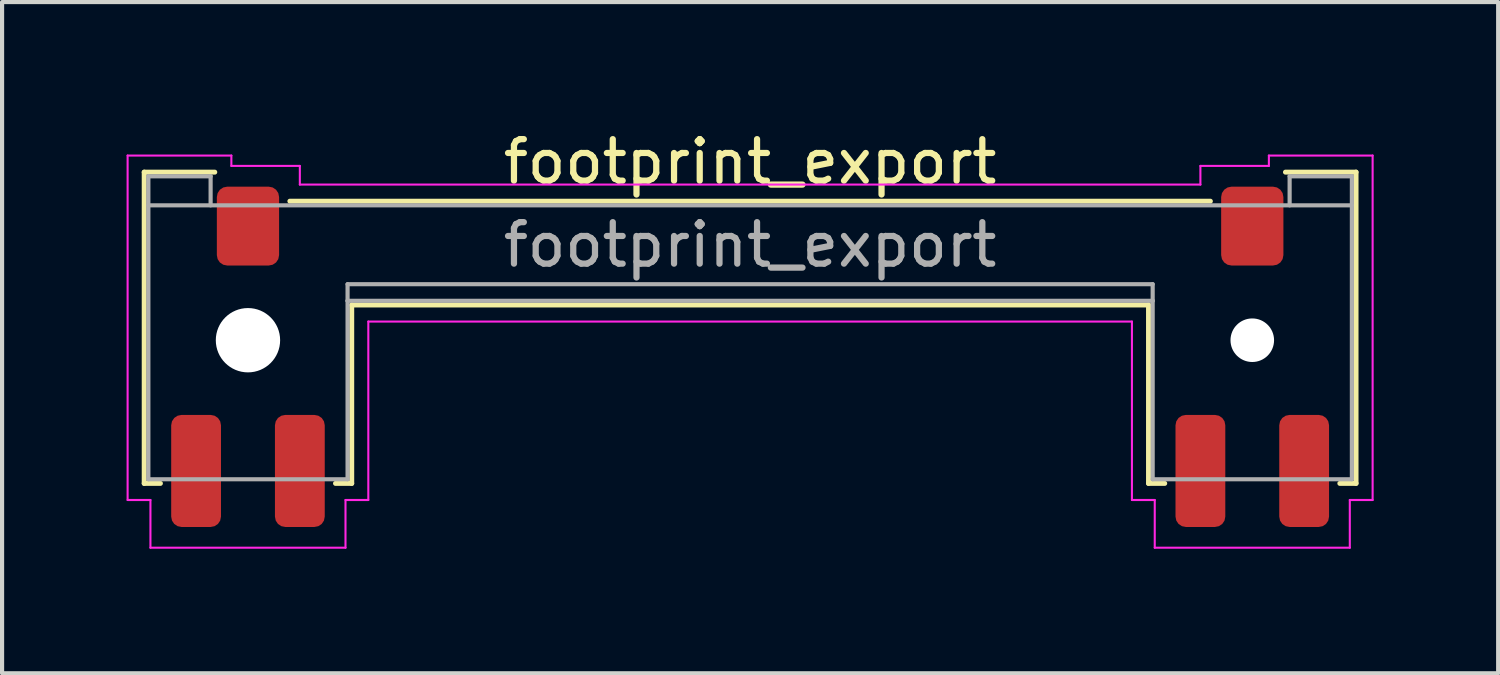
<source format=kicad_pcb>
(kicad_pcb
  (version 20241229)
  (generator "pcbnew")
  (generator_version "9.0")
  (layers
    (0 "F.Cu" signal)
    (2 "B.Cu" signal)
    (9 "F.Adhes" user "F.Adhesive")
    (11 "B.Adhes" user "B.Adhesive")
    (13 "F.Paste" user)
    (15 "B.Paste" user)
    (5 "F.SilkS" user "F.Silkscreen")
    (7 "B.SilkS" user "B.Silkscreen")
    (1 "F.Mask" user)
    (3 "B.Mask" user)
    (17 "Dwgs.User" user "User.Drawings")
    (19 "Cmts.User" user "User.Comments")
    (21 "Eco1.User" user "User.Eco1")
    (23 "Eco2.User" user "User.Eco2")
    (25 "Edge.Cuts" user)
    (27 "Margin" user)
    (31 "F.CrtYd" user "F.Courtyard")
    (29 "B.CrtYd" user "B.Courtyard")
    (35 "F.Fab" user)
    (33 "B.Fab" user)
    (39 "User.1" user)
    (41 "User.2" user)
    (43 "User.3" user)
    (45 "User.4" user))
  (footprint "footprint_export"
    (layer "F.Cu")
    (at 15.025 2.848)
    (property "Reference" "footprint_export" (at 0 -2 0) (layer "F.SilkS") (effects (font (size 1 1) (thickness 0.15))))
    (attr smd)
    (fp_line (start -14.6 -1.75) (end -12.9 -1.75) (stroke (width 0.12) (type solid)) (layer "F.SilkS"))
    (fp_line (start -14.6 5.75) (end -14.6 -1.75) (stroke (width 0.12) (type solid)) (layer "F.SilkS"))
    (fp_line (start -14.6 5.75) (end -14.21 5.75) (stroke (width 0.12) (type solid)) (layer "F.SilkS"))
    (fp_line (start -11.09 -1.05) (end 11.09 -1.05) (stroke (width 0.12) (type solid)) (layer "F.SilkS"))
    (fp_line (start -9.99 5.75) (end -9.6 5.75) (stroke (width 0.12) (type solid)) (layer "F.SilkS"))
    (fp_line (start -9.6 1.45) (end 9.6 1.45) (stroke (width 0.12) (type solid)) (layer "F.SilkS"))
    (fp_line (start -9.6 5.75) (end -9.6 1.45) (stroke (width 0.12) (type solid)) (layer "F.SilkS"))
    (fp_line (start 9.6 5.75) (end 9.6 1.45) (stroke (width 0.12) (type solid)) (layer "F.SilkS"))
    (fp_line (start 9.99 5.75) (end 9.6 5.75) (stroke (width 0.12) (type solid)) (layer "F.SilkS"))
    (fp_line (start 14.21 5.75) (end 14.6 5.75) (stroke (width 0.12) (type solid)) (layer "F.SilkS"))
    (fp_line (start 14.6 -1.75) (end 12.9 -1.75) (stroke (width 0.12) (type solid)) (layer "F.SilkS"))
    (fp_line (start 14.6 5.75) (end 14.6 -1.75) (stroke (width 0.12) (type solid)) (layer "F.SilkS"))
    (fp_line (start -15 -2.15) (end -15 6.15) (stroke (width 0.05) (type default)) (layer "F.CrtYd"))
    (fp_line (start -15 -2.15) (end -12.5 -2.15) (stroke (width 0.05) (type default)) (layer "F.CrtYd"))
    (fp_line (start -15 6.15) (end -14.45 6.15) (stroke (width 0.05) (type default)) (layer "F.CrtYd"))
    (fp_line (start -14.45 6.15) (end -14.45 7.3) (stroke (width 0.05) (type default)) (layer "F.CrtYd"))
    (fp_line (start -14.45 7.3) (end -9.75 7.3) (stroke (width 0.05) (type default)) (layer "F.CrtYd"))
    (fp_line (start -12.5 -2.15) (end -12.5 -1.9) (stroke (width 0.05) (type default)) (layer "F.CrtYd"))
    (fp_line (start -12.5 -1.9) (end -10.85 -1.9) (stroke (width 0.05) (type default)) (layer "F.CrtYd"))
    (fp_line (start -10.85 -1.9) (end -10.85 -1.45) (stroke (width 0.05) (type default)) (layer "F.CrtYd"))
    (fp_line (start -9.75 6.15) (end -9.2 6.15) (stroke (width 0.05) (type default)) (layer "F.CrtYd"))
    (fp_line (start -9.75 7.3) (end -9.75 6.15) (stroke (width 0.05) (type default)) (layer "F.CrtYd"))
    (fp_line (start -9.2 1.85) (end 9.2 1.85) (stroke (width 0.05) (type default)) (layer "F.CrtYd"))
    (fp_line (start -9.2 6.15) (end -9.2 1.85) (stroke (width 0.05) (type default)) (layer "F.CrtYd"))
    (fp_line (start 9.2 6.15) (end 9.2 1.85) (stroke (width 0.05) (type default)) (layer "F.CrtYd"))
    (fp_line (start 9.75 6.15) (end 9.2 6.15) (stroke (width 0.05) (type default)) (layer "F.CrtYd"))
    (fp_line (start 9.75 7.3) (end 9.75 6.15) (stroke (width 0.05) (type default)) (layer "F.CrtYd"))
    (fp_line (start 10.85 -1.9) (end 10.85 -1.45) (stroke (width 0.05) (type default)) (layer "F.CrtYd"))
    (fp_line (start 10.85 -1.45) (end -10.85 -1.45) (stroke (width 0.05) (type default)) (layer "F.CrtYd"))
    (fp_line (start 12.5 -2.15) (end 12.5 -1.9) (stroke (width 0.05) (type default)) (layer "F.CrtYd"))
    (fp_line (start 12.5 -1.9) (end 10.85 -1.9) (stroke (width 0.05) (type default)) (layer "F.CrtYd"))
    (fp_line (start 14.45 6.15) (end 14.45 7.3) (stroke (width 0.05) (type default)) (layer "F.CrtYd"))
    (fp_line (start 14.45 7.3) (end 9.75 7.3) (stroke (width 0.05) (type default)) (layer "F.CrtYd"))
    (fp_line (start 15 -2.15) (end 12.5 -2.15) (stroke (width 0.05) (type default)) (layer "F.CrtYd"))
    (fp_line (start 15 -2.15) (end 15 6.15) (stroke (width 0.05) (type default)) (layer "F.CrtYd"))
    (fp_line (start 15 6.15) (end 14.45 6.15) (stroke (width 0.05) (type default)) (layer "F.CrtYd"))
    (fp_line (start -14.5 -1.65) (end -13 -1.65) (stroke (width 0.1) (type default)) (layer "F.Fab"))
    (fp_line (start -14.5 -0.95) (end 14.5 -0.95) (stroke (width 0.1) (type solid)) (layer "F.Fab"))
    (fp_line (start -14.5 5.65) (end -14.5 -1.65) (stroke (width 0.1) (type solid)) (layer "F.Fab"))
    (fp_line (start -13 -1.65) (end -13 -0.95) (stroke (width 0.1) (type default)) (layer "F.Fab"))
    (fp_line (start -9.7 0.95) (end 9.7 0.95) (stroke (width 0.1) (type default)) (layer "F.Fab"))
    (fp_line (start -9.7 1.35) (end -9.7 0.95) (stroke (width 0.1) (type default)) (layer "F.Fab"))
    (fp_line (start -9.7 1.35) (end -9.7 5.65) (stroke (width 0.1) (type solid)) (layer "F.Fab"))
    (fp_line (start -9.7 1.35) (end 9.7 1.35) (stroke (width 0.1) (type default)) (layer "F.Fab"))
    (fp_line (start -9.7 5.65) (end -14.5 5.65) (stroke (width 0.1) (type solid)) (layer "F.Fab"))
    (fp_line (start 9.7 1.35) (end 9.7 0.95) (stroke (width 0.1) (type default)) (layer "F.Fab"))
    (fp_line (start 9.7 1.35) (end 9.7 5.65) (stroke (width 0.1) (type solid)) (layer "F.Fab"))
    (fp_line (start 13 -1.65) (end 13 -0.95) (stroke (width 0.1) (type default)) (layer "F.Fab"))
    (fp_line (start 14.5 -1.65) (end 13 -1.65) (stroke (width 0.1) (type default)) (layer "F.Fab"))
    (fp_line (start 14.5 -1.65) (end 14.5 5.65) (stroke (width 0.1) (type solid)) (layer "F.Fab"))
    (fp_line (start 14.5 5.65) (end 9.7 5.65) (stroke (width 0.1) (type solid)) (layer "F.Fab"))
    (fp_text user "${REFERENCE}" (at 0 0 0) (layer "F.Fab") (effects (font (size 1 1) (thickness 0.15))))
    (pad "" np_thru_hole circle (at -12.1 2.3) (size 1.55 1.55) (drill 1.55) (layers "*.Cu" "*.Mask"))
    (pad "" np_thru_hole circle (at 12.1 2.3) (size 1.05 1.05) (drill 1.05) (layers "*.Cu" "*.Mask"))
    (pad "MP" smd roundrect (at -13.35 5.45) (size 1.2 2.7) (layers "F.Cu" "F.Mask" "F.Paste") (roundrect_rratio 0.208))
    (pad "MP" smd roundrect (at -12.1 -0.45) (size 1.5 1.9) (layers "F.Cu" "F.Mask" "F.Paste") (roundrect_rratio 0.167))
    (pad "MP" smd roundrect (at -10.85 5.45) (size 1.2 2.7) (layers "F.Cu" "F.Mask" "F.Paste") (roundrect_rratio 0.208))
    (pad "MP" smd roundrect (at 10.85 5.45) (size 1.2 2.7) (layers "F.Cu" "F.Mask" "F.Paste") (roundrect_rratio 0.208))
    (pad "MP" smd roundrect (at 12.1 -0.45) (size 1.5 1.9) (layers "F.Cu" "F.Mask" "F.Paste") (roundrect_rratio 0.167))
    (pad "MP" smd roundrect (at 13.35 5.45) (size 1.2 2.7) (layers "F.Cu" "F.Mask" "F.Paste") (roundrect_rratio 0.208)))
  (gr_rect
    (start -3 -3)
    (end 33.05 13.173)
    (stroke (width 0.1) (type default))
    (fill no)
    (layer "Edge.Cuts")))
</source>
